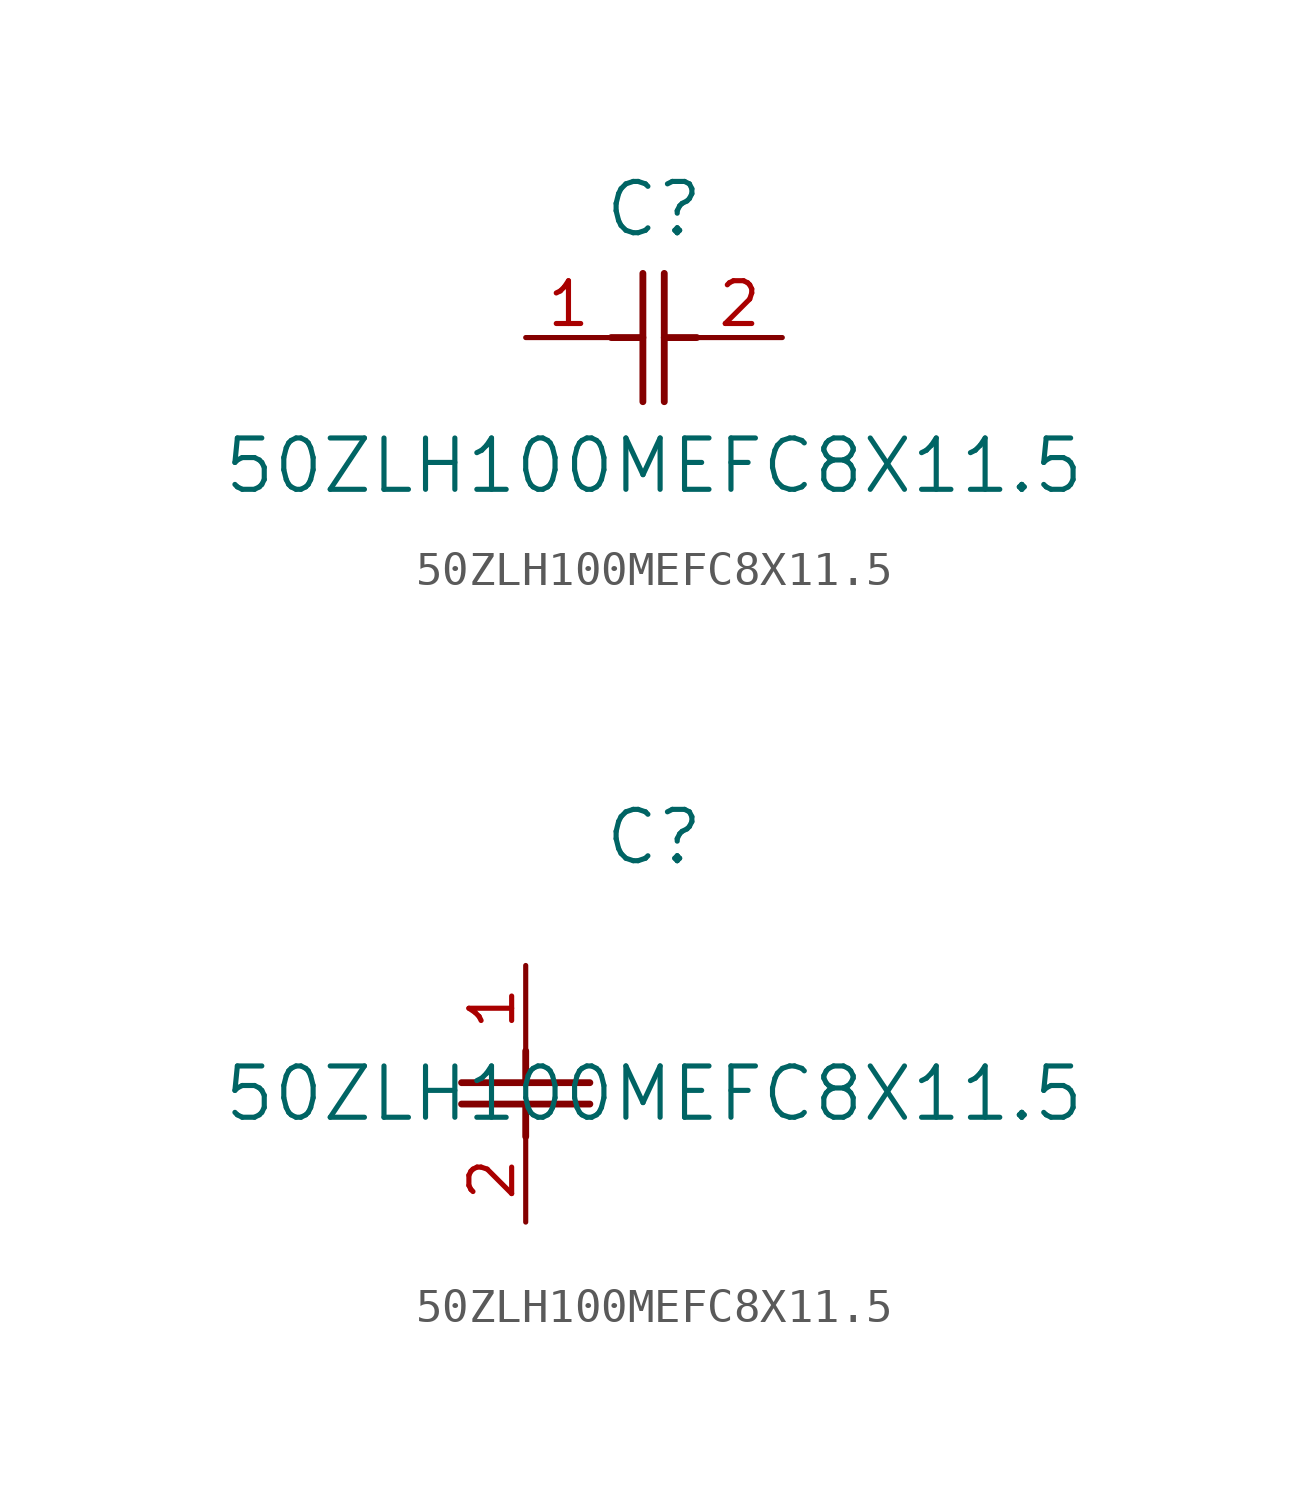
<source format=kicad_sym>
(kicad_symbol_lib
  (version 20220914)
  (generator kicad_symbol_editor)
  (symbol "50ZLH100MEFC8X11.5"
    (pin_names
      (offset 0.254))
    (property "Reference" "C"
      (at 3.81 3.81 0)
      (effects (font (size 1.524 1.524))))
    (property "Value" "50ZLH100MEFC8X11.5"
      (at 3.81 -3.81 0)
      (effects (font (size 1.524 1.524))))
    (property "ki_locked" ""
      (at 0 0 0)
      (effects (font (size 1.27 1.27))))
    (symbol "50ZLH100MEFC8X11.5_1_1"
      (polyline (pts (xy 2.54 0) (xy 3.48 0)) (stroke (width 0.203) (type default)) (fill (type none)))
      (polyline (pts (xy 3.48 -1.905) (xy 3.48 1.905)) (stroke (width 0.203) (type default)) (fill (type none)))
      (polyline (pts (xy 4.115 -1.905) (xy 4.115 1.905)) (stroke (width 0.203) (type default)) (fill (type none)))
      (polyline (pts (xy 4.115 0) (xy 5.08 0)) (stroke (width 0.203) (type default)) (fill (type none)))
      (pin unspecified line (at 0 0 0) (length 2.54) (name "" (effects (font (size 1.27 1.27)))) (number "1" (effects (font (size 1.27 1.27)))))
      (pin unspecified line (at 7.62 0 180) (length 2.54) (name "" (effects (font (size 1.27 1.27)))) (number "2" (effects (font (size 1.27 1.27))))))
    (symbol "50ZLH100MEFC8X11.5_1_2"
      (polyline (pts (xy -1.905 -4.115) (xy 1.905 -4.115)) (stroke (width 0.203) (type default)) (fill (type none)))
      (polyline (pts (xy -1.905 -3.48) (xy 1.905 -3.48)) (stroke (width 0.203) (type default)) (fill (type none)))
      (polyline (pts (xy 0 -4.115) (xy 0 -5.08)) (stroke (width 0.203) (type default)) (fill (type none)))
      (polyline (pts (xy 0 -2.54) (xy 0 -3.48)) (stroke (width 0.203) (type default)) (fill (type none)))
      (pin unspecified line (at 0 0 270) (length 2.54) (name "" (effects (font (size 1.27 1.27)))) (number "1" (effects (font (size 1.27 1.27)))))
      (pin unspecified line (at 0 -7.62 90) (length 2.54) (name "" (effects (font (size 1.27 1.27)))) (number "2" (effects (font (size 1.27 1.27))))))))
</source>
